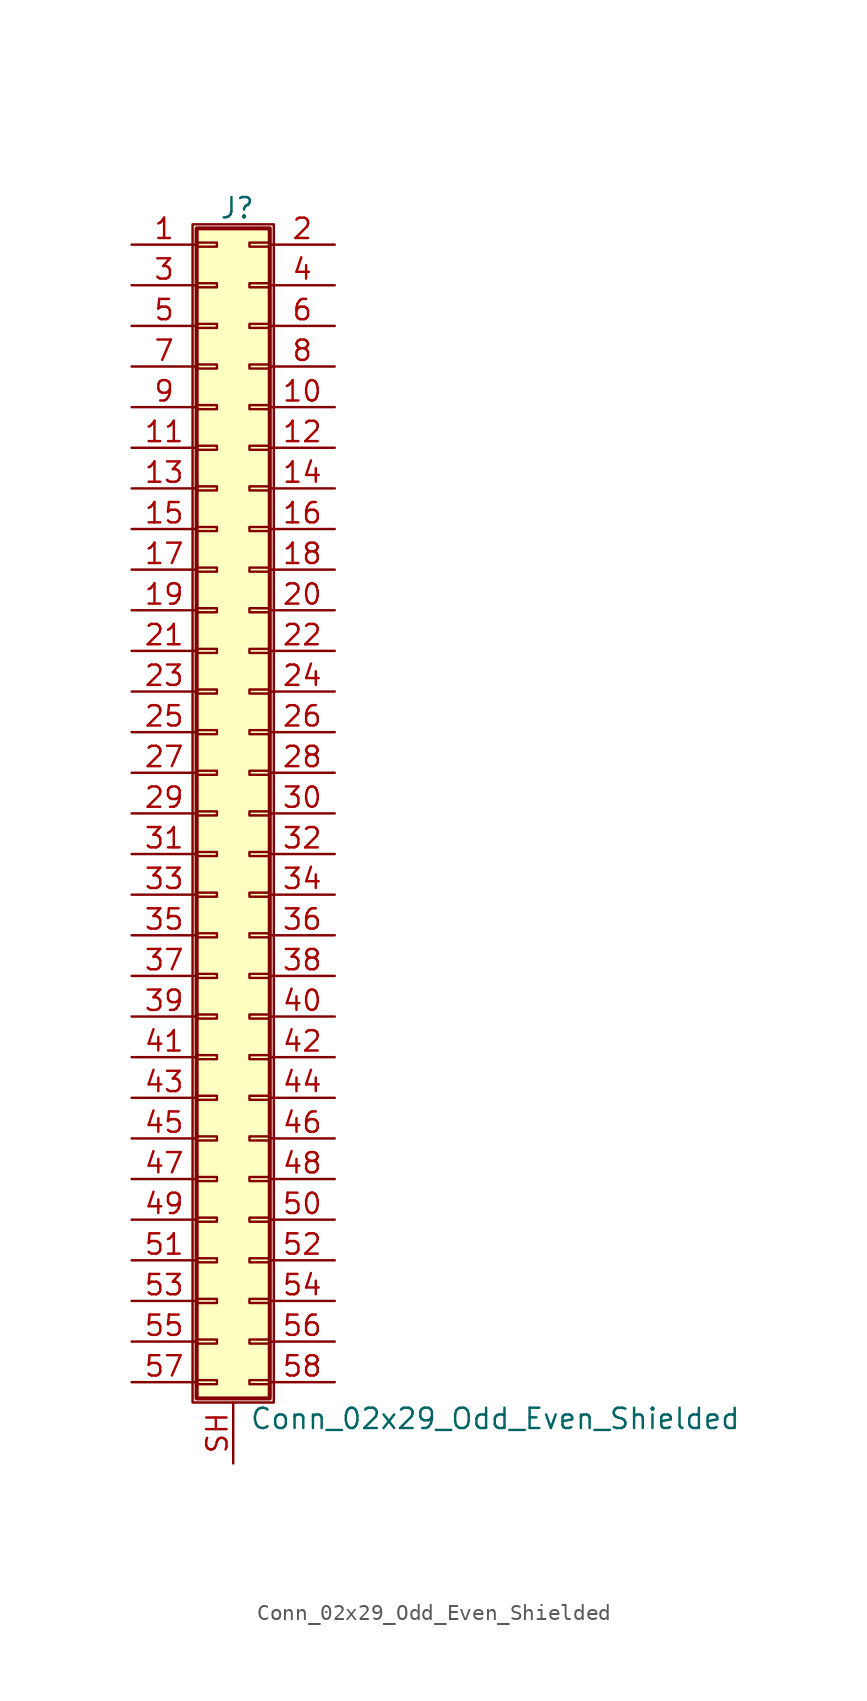
<source format=kicad_sym>
(kicad_symbol_lib
  (version 20201005)
  (generator kicad_symbol_editor)
  (symbol "Conn_02x29_Odd_Even_Shielded"
    (pin_names
      (offset 1.016) hide)
    (property "Reference" "J"
      (at 1.524 37.846 0)
      (effects (font (size 1.27 1.27))))
    (property "Value" "Conn_02x29_Odd_Even_Shielded"
      (at 2.286 -37.846 0)
      (effects (font (size 1.27 1.27)) (justify left)))
    (symbol "Conn_02x29_Odd_Even_Shielded_1_1"
      (rectangle (start -1.27 36.83) (end 3.81 -36.83) (stroke (width 0.152)) (fill (type none)))
      (rectangle (start -1.016 -35.433) (end 0.254 -35.687) (stroke (width 0.152)) (fill (type none)))
      (rectangle (start -1.016 -32.893) (end 0.254 -33.147) (stroke (width 0.152)) (fill (type none)))
      (rectangle (start -1.016 -30.353) (end 0.254 -30.607) (stroke (width 0.152)) (fill (type none)))
      (rectangle (start -1.016 -27.813) (end 0.254 -28.067) (stroke (width 0.152)) (fill (type none)))
      (rectangle (start -1.016 -25.273) (end 0.254 -25.527) (stroke (width 0.152)) (fill (type none)))
      (rectangle (start -1.016 -22.733) (end 0.254 -22.987) (stroke (width 0.152)) (fill (type none)))
      (rectangle (start -1.016 -20.193) (end 0.254 -20.447) (stroke (width 0.152)) (fill (type none)))
      (rectangle (start -1.016 -17.653) (end 0.254 -17.907) (stroke (width 0.152)) (fill (type none)))
      (rectangle (start -1.016 -15.113) (end 0.254 -15.367) (stroke (width 0.152)) (fill (type none)))
      (rectangle (start -1.016 -12.573) (end 0.254 -12.827) (stroke (width 0.152)) (fill (type none)))
      (rectangle (start -1.016 -10.033) (end 0.254 -10.287) (stroke (width 0.152)) (fill (type none)))
      (rectangle (start -1.016 -7.493) (end 0.254 -7.747) (stroke (width 0.152)) (fill (type none)))
      (rectangle (start -1.016 -4.953) (end 0.254 -5.207) (stroke (width 0.152)) (fill (type none)))
      (rectangle (start -1.016 -2.413) (end 0.254 -2.667) (stroke (width 0.152)) (fill (type none)))
      (rectangle (start -1.016 0.127) (end 0.254 -0.127) (stroke (width 0.152)) (fill (type none)))
      (rectangle (start -1.016 2.667) (end 0.254 2.413) (stroke (width 0.152)) (fill (type none)))
      (rectangle (start -1.016 5.207) (end 0.254 4.953) (stroke (width 0.152)) (fill (type none)))
      (rectangle (start -1.016 7.747) (end 0.254 7.493) (stroke (width 0.152)) (fill (type none)))
      (rectangle (start -1.016 10.287) (end 0.254 10.033) (stroke (width 0.152)) (fill (type none)))
      (rectangle (start -1.016 12.827) (end 0.254 12.573) (stroke (width 0.152)) (fill (type none)))
      (rectangle (start -1.016 15.367) (end 0.254 15.113) (stroke (width 0.152)) (fill (type none)))
      (rectangle (start -1.016 17.907) (end 0.254 17.653) (stroke (width 0.152)) (fill (type none)))
      (rectangle (start -1.016 20.447) (end 0.254 20.193) (stroke (width 0.152)) (fill (type none)))
      (rectangle (start -1.016 22.987) (end 0.254 22.733) (stroke (width 0.152)) (fill (type none)))
      (rectangle (start -1.016 25.527) (end 0.254 25.273) (stroke (width 0.152)) (fill (type none)))
      (rectangle (start -1.016 28.067) (end 0.254 27.813) (stroke (width 0.152)) (fill (type none)))
      (rectangle (start -1.016 30.607) (end 0.254 30.353) (stroke (width 0.152)) (fill (type none)))
      (rectangle (start -1.016 33.147) (end 0.254 32.893) (stroke (width 0.152)) (fill (type none)))
      (rectangle (start -1.016 35.687) (end 0.254 35.433) (stroke (width 0.152)) (fill (type none)))
      (rectangle (start 3.556 -35.433) (end 2.286 -35.687) (stroke (width 0.152)) (fill (type none)))
      (rectangle (start 3.556 -32.893) (end 2.286 -33.147) (stroke (width 0.152)) (fill (type none)))
      (rectangle (start 3.556 -30.353) (end 2.286 -30.607) (stroke (width 0.152)) (fill (type none)))
      (rectangle (start 3.556 -27.813) (end 2.286 -28.067) (stroke (width 0.152)) (fill (type none)))
      (rectangle (start 3.556 -25.273) (end 2.286 -25.527) (stroke (width 0.152)) (fill (type none)))
      (rectangle (start 3.556 -22.733) (end 2.286 -22.987) (stroke (width 0.152)) (fill (type none)))
      (rectangle (start 3.556 -20.193) (end 2.286 -20.447) (stroke (width 0.152)) (fill (type none)))
      (rectangle (start 3.556 -17.653) (end 2.286 -17.907) (stroke (width 0.152)) (fill (type none)))
      (rectangle (start 3.556 -15.113) (end 2.286 -15.367) (stroke (width 0.152)) (fill (type none)))
      (rectangle (start 3.556 -12.573) (end 2.286 -12.827) (stroke (width 0.152)) (fill (type none)))
      (rectangle (start 3.556 -10.033) (end 2.286 -10.287) (stroke (width 0.152)) (fill (type none)))
      (rectangle (start 3.556 -7.493) (end 2.286 -7.747) (stroke (width 0.152)) (fill (type none)))
      (rectangle (start 3.556 -4.953) (end 2.286 -5.207) (stroke (width 0.152)) (fill (type none)))
      (rectangle (start 3.556 -2.413) (end 2.286 -2.667) (stroke (width 0.152)) (fill (type none)))
      (rectangle (start 3.556 0.127) (end 2.286 -0.127) (stroke (width 0.152)) (fill (type none)))
      (rectangle (start 3.556 2.667) (end 2.286 2.413) (stroke (width 0.152)) (fill (type none)))
      (rectangle (start 3.556 5.207) (end 2.286 4.953) (stroke (width 0.152)) (fill (type none)))
      (rectangle (start 3.556 7.747) (end 2.286 7.493) (stroke (width 0.152)) (fill (type none)))
      (rectangle (start 3.556 10.287) (end 2.286 10.033) (stroke (width 0.152)) (fill (type none)))
      (rectangle (start 3.556 12.827) (end 2.286 12.573) (stroke (width 0.152)) (fill (type none)))
      (rectangle (start 3.556 15.367) (end 2.286 15.113) (stroke (width 0.152)) (fill (type none)))
      (rectangle (start 3.556 17.907) (end 2.286 17.653) (stroke (width 0.152)) (fill (type none)))
      (rectangle (start 3.556 20.447) (end 2.286 20.193) (stroke (width 0.152)) (fill (type none)))
      (rectangle (start 3.556 22.987) (end 2.286 22.733) (stroke (width 0.152)) (fill (type none)))
      (rectangle (start 3.556 25.527) (end 2.286 25.273) (stroke (width 0.152)) (fill (type none)))
      (rectangle (start 3.556 28.067) (end 2.286 27.813) (stroke (width 0.152)) (fill (type none)))
      (rectangle (start 3.556 30.607) (end 2.286 30.353) (stroke (width 0.152)) (fill (type none)))
      (rectangle (start 3.556 33.147) (end 2.286 32.893) (stroke (width 0.152)) (fill (type none)))
      (rectangle (start 3.556 35.687) (end 2.286 35.433) (stroke (width 0.152)) (fill (type none)))
      (rectangle (start -1.016 36.576) (end 3.556 -36.576) (stroke (width 0.254)) (fill (type background)))
      (pin passive line (at -5.08 35.56 0) (length 4.064) (name "Pin_1" (effects (font (size 1.27 1.27)))) (number "1" (effects (font (size 1.27 1.27)))))
      (pin passive line (at 7.62 25.4 180) (length 4.064) (name "Pin_10" (effects (font (size 1.27 1.27)))) (number "10" (effects (font (size 1.27 1.27)))))
      (pin passive line (at -5.08 22.86 0) (length 4.064) (name "Pin_11" (effects (font (size 1.27 1.27)))) (number "11" (effects (font (size 1.27 1.27)))))
      (pin passive line (at 7.62 22.86 180) (length 4.064) (name "Pin_12" (effects (font (size 1.27 1.27)))) (number "12" (effects (font (size 1.27 1.27)))))
      (pin passive line (at -5.08 20.32 0) (length 4.064) (name "Pin_13" (effects (font (size 1.27 1.27)))) (number "13" (effects (font (size 1.27 1.27)))))
      (pin passive line (at 7.62 20.32 180) (length 4.064) (name "Pin_14" (effects (font (size 1.27 1.27)))) (number "14" (effects (font (size 1.27 1.27)))))
      (pin passive line (at -5.08 17.78 0) (length 4.064) (name "Pin_15" (effects (font (size 1.27 1.27)))) (number "15" (effects (font (size 1.27 1.27)))))
      (pin passive line (at 7.62 17.78 180) (length 4.064) (name "Pin_16" (effects (font (size 1.27 1.27)))) (number "16" (effects (font (size 1.27 1.27)))))
      (pin passive line (at -5.08 15.24 0) (length 4.064) (name "Pin_17" (effects (font (size 1.27 1.27)))) (number "17" (effects (font (size 1.27 1.27)))))
      (pin passive line (at 7.62 15.24 180) (length 4.064) (name "Pin_18" (effects (font (size 1.27 1.27)))) (number "18" (effects (font (size 1.27 1.27)))))
      (pin passive line (at -5.08 12.7 0) (length 4.064) (name "Pin_19" (effects (font (size 1.27 1.27)))) (number "19" (effects (font (size 1.27 1.27)))))
      (pin passive line (at 7.62 35.56 180) (length 4.064) (name "Pin_2" (effects (font (size 1.27 1.27)))) (number "2" (effects (font (size 1.27 1.27)))))
      (pin passive line (at 7.62 12.7 180) (length 4.064) (name "Pin_20" (effects (font (size 1.27 1.27)))) (number "20" (effects (font (size 1.27 1.27)))))
      (pin passive line (at -5.08 10.16 0) (length 4.064) (name "Pin_21" (effects (font (size 1.27 1.27)))) (number "21" (effects (font (size 1.27 1.27)))))
      (pin passive line (at 7.62 10.16 180) (length 4.064) (name "Pin_22" (effects (font (size 1.27 1.27)))) (number "22" (effects (font (size 1.27 1.27)))))
      (pin passive line (at -5.08 7.62 0) (length 4.064) (name "Pin_23" (effects (font (size 1.27 1.27)))) (number "23" (effects (font (size 1.27 1.27)))))
      (pin passive line (at 7.62 7.62 180) (length 4.064) (name "Pin_24" (effects (font (size 1.27 1.27)))) (number "24" (effects (font (size 1.27 1.27)))))
      (pin passive line (at -5.08 5.08 0) (length 4.064) (name "Pin_25" (effects (font (size 1.27 1.27)))) (number "25" (effects (font (size 1.27 1.27)))))
      (pin passive line (at 7.62 5.08 180) (length 4.064) (name "Pin_26" (effects (font (size 1.27 1.27)))) (number "26" (effects (font (size 1.27 1.27)))))
      (pin passive line (at -5.08 2.54 0) (length 4.064) (name "Pin_27" (effects (font (size 1.27 1.27)))) (number "27" (effects (font (size 1.27 1.27)))))
      (pin passive line (at 7.62 2.54 180) (length 4.064) (name "Pin_28" (effects (font (size 1.27 1.27)))) (number "28" (effects (font (size 1.27 1.27)))))
      (pin passive line (at -5.08 0 0) (length 4.064) (name "Pin_29" (effects (font (size 1.27 1.27)))) (number "29" (effects (font (size 1.27 1.27)))))
      (pin passive line (at -5.08 33.02 0) (length 4.064) (name "Pin_3" (effects (font (size 1.27 1.27)))) (number "3" (effects (font (size 1.27 1.27)))))
      (pin passive line (at 7.62 0 180) (length 4.064) (name "Pin_30" (effects (font (size 1.27 1.27)))) (number "30" (effects (font (size 1.27 1.27)))))
      (pin passive line (at -5.08 -2.54 0) (length 4.064) (name "Pin_31" (effects (font (size 1.27 1.27)))) (number "31" (effects (font (size 1.27 1.27)))))
      (pin passive line (at 7.62 -2.54 180) (length 4.064) (name "Pin_32" (effects (font (size 1.27 1.27)))) (number "32" (effects (font (size 1.27 1.27)))))
      (pin passive line (at -5.08 -5.08 0) (length 4.064) (name "Pin_33" (effects (font (size 1.27 1.27)))) (number "33" (effects (font (size 1.27 1.27)))))
      (pin passive line (at 7.62 -5.08 180) (length 4.064) (name "Pin_34" (effects (font (size 1.27 1.27)))) (number "34" (effects (font (size 1.27 1.27)))))
      (pin passive line (at -5.08 -7.62 0) (length 4.064) (name "Pin_35" (effects (font (size 1.27 1.27)))) (number "35" (effects (font (size 1.27 1.27)))))
      (pin passive line (at 7.62 -7.62 180) (length 4.064) (name "Pin_36" (effects (font (size 1.27 1.27)))) (number "36" (effects (font (size 1.27 1.27)))))
      (pin passive line (at -5.08 -10.16 0) (length 4.064) (name "Pin_37" (effects (font (size 1.27 1.27)))) (number "37" (effects (font (size 1.27 1.27)))))
      (pin passive line (at 7.62 -10.16 180) (length 4.064) (name "Pin_38" (effects (font (size 1.27 1.27)))) (number "38" (effects (font (size 1.27 1.27)))))
      (pin passive line (at -5.08 -12.7 0) (length 4.064) (name "Pin_39" (effects (font (size 1.27 1.27)))) (number "39" (effects (font (size 1.27 1.27)))))
      (pin passive line (at 7.62 33.02 180) (length 4.064) (name "Pin_4" (effects (font (size 1.27 1.27)))) (number "4" (effects (font (size 1.27 1.27)))))
      (pin passive line (at 7.62 -12.7 180) (length 4.064) (name "Pin_40" (effects (font (size 1.27 1.27)))) (number "40" (effects (font (size 1.27 1.27)))))
      (pin passive line (at -5.08 -15.24 0) (length 4.064) (name "Pin_41" (effects (font (size 1.27 1.27)))) (number "41" (effects (font (size 1.27 1.27)))))
      (pin passive line (at 7.62 -15.24 180) (length 4.064) (name "Pin_42" (effects (font (size 1.27 1.27)))) (number "42" (effects (font (size 1.27 1.27)))))
      (pin passive line (at -5.08 -17.78 0) (length 4.064) (name "Pin_43" (effects (font (size 1.27 1.27)))) (number "43" (effects (font (size 1.27 1.27)))))
      (pin passive line (at 7.62 -17.78 180) (length 4.064) (name "Pin_44" (effects (font (size 1.27 1.27)))) (number "44" (effects (font (size 1.27 1.27)))))
      (pin passive line (at -5.08 -20.32 0) (length 4.064) (name "Pin_45" (effects (font (size 1.27 1.27)))) (number "45" (effects (font (size 1.27 1.27)))))
      (pin passive line (at 7.62 -20.32 180) (length 4.064) (name "Pin_46" (effects (font (size 1.27 1.27)))) (number "46" (effects (font (size 1.27 1.27)))))
      (pin passive line (at -5.08 -22.86 0) (length 4.064) (name "Pin_47" (effects (font (size 1.27 1.27)))) (number "47" (effects (font (size 1.27 1.27)))))
      (pin passive line (at 7.62 -22.86 180) (length 4.064) (name "Pin_48" (effects (font (size 1.27 1.27)))) (number "48" (effects (font (size 1.27 1.27)))))
      (pin passive line (at -5.08 -25.4 0) (length 4.064) (name "Pin_49" (effects (font (size 1.27 1.27)))) (number "49" (effects (font (size 1.27 1.27)))))
      (pin passive line (at -5.08 30.48 0) (length 4.064) (name "Pin_5" (effects (font (size 1.27 1.27)))) (number "5" (effects (font (size 1.27 1.27)))))
      (pin passive line (at 7.62 -25.4 180) (length 4.064) (name "Pin_50" (effects (font (size 1.27 1.27)))) (number "50" (effects (font (size 1.27 1.27)))))
      (pin passive line (at -5.08 -27.94 0) (length 4.064) (name "Pin_51" (effects (font (size 1.27 1.27)))) (number "51" (effects (font (size 1.27 1.27)))))
      (pin passive line (at 7.62 -27.94 180) (length 4.064) (name "Pin_52" (effects (font (size 1.27 1.27)))) (number "52" (effects (font (size 1.27 1.27)))))
      (pin passive line (at -5.08 -30.48 0) (length 4.064) (name "Pin_53" (effects (font (size 1.27 1.27)))) (number "53" (effects (font (size 1.27 1.27)))))
      (pin passive line (at 7.62 -30.48 180) (length 4.064) (name "Pin_54" (effects (font (size 1.27 1.27)))) (number "54" (effects (font (size 1.27 1.27)))))
      (pin passive line (at -5.08 -33.02 0) (length 4.064) (name "Pin_55" (effects (font (size 1.27 1.27)))) (number "55" (effects (font (size 1.27 1.27)))))
      (pin passive line (at 7.62 -33.02 180) (length 4.064) (name "Pin_56" (effects (font (size 1.27 1.27)))) (number "56" (effects (font (size 1.27 1.27)))))
      (pin passive line (at -5.08 -35.56 0) (length 4.064) (name "Pin_57" (effects (font (size 1.27 1.27)))) (number "57" (effects (font (size 1.27 1.27)))))
      (pin passive line (at 7.62 -35.56 180) (length 4.064) (name "Pin_58" (effects (font (size 1.27 1.27)))) (number "58" (effects (font (size 1.27 1.27)))))
      (pin passive line (at 7.62 30.48 180) (length 4.064) (name "Pin_6" (effects (font (size 1.27 1.27)))) (number "6" (effects (font (size 1.27 1.27)))))
      (pin passive line (at -5.08 27.94 0) (length 4.064) (name "Pin_7" (effects (font (size 1.27 1.27)))) (number "7" (effects (font (size 1.27 1.27)))))
      (pin passive line (at 7.62 27.94 180) (length 4.064) (name "Pin_8" (effects (font (size 1.27 1.27)))) (number "8" (effects (font (size 1.27 1.27)))))
      (pin passive line (at -5.08 25.4 0) (length 4.064) (name "Pin_9" (effects (font (size 1.27 1.27)))) (number "9" (effects (font (size 1.27 1.27)))))
      (pin passive line (at 1.27 -40.64 90) (length 3.81) (name "Shield" (effects (font (size 1.27 1.27)))) (number "SH" (effects (font (size 1.27 1.27))))))))
</source>
